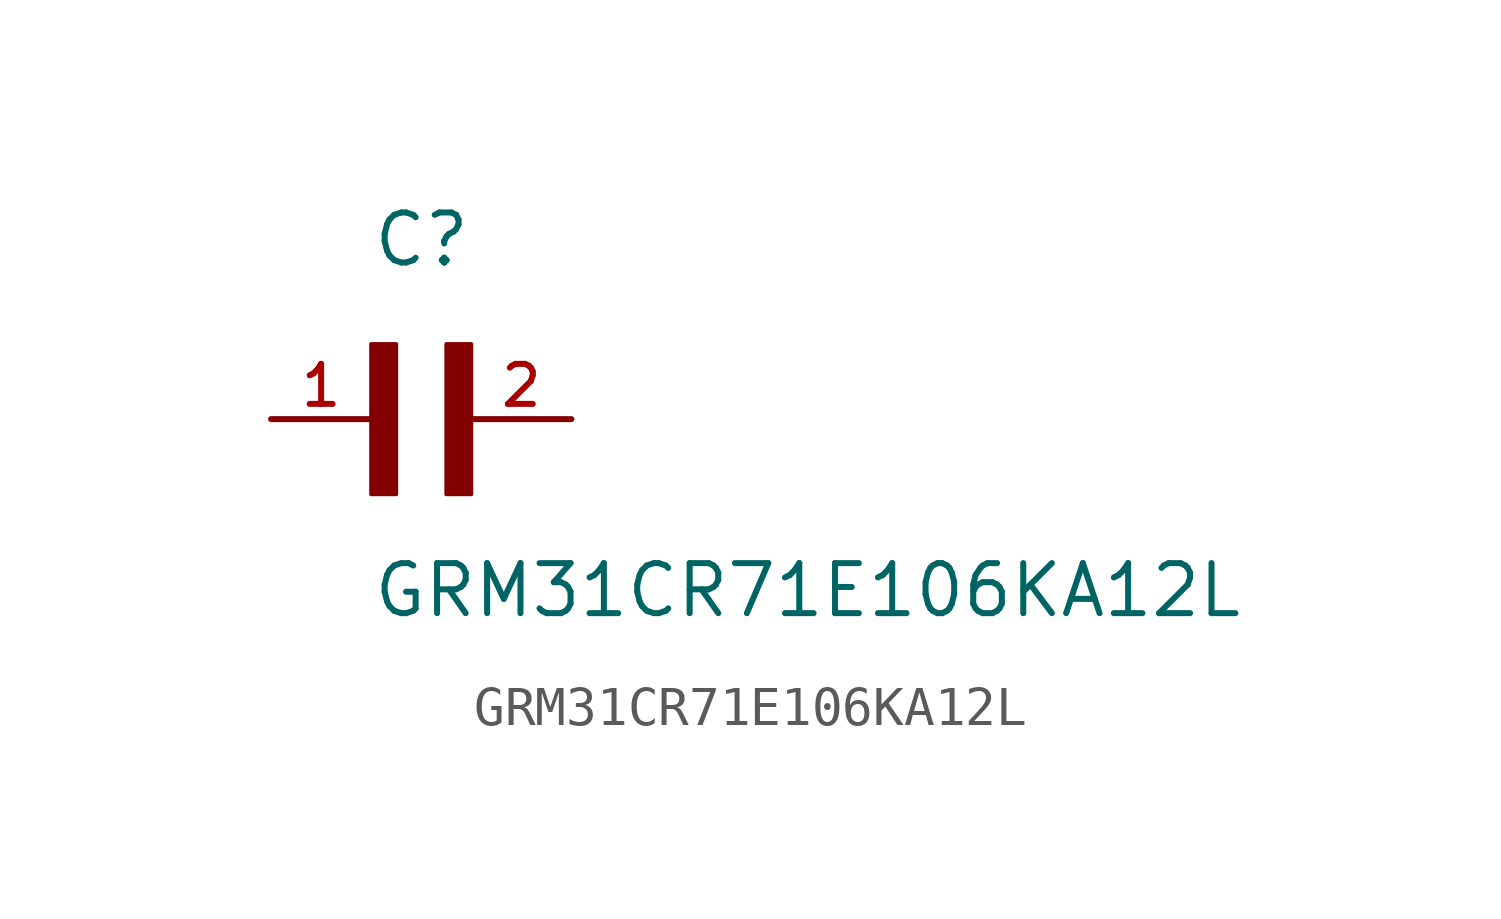
<source format=kicad_sym>
(kicad_symbol_lib
  (version 20211014)
  (generator kicad_symbol_editor)
  (symbol "GRM31CR71E106KA12L"
    (pin_names
      (offset 1.016))
    (property "Reference" "C"
      (at 0.0 3.811 0)
      (effects (font (size 1.27 1.27)) (justify bottom left)))
    (property "Value" "GRM31CR71E106KA12L"
      (at 0.0 -5.088 0)
      (effects (font (size 1.27 1.27)) (justify bottom left)))
    (symbol "GRM31CR71E106KA12L_0_0"
      (rectangle (start 0.0 -1.907) (end 0.635 1.905) (stroke (width 0.1)) (fill (type outline)))
      (rectangle (start 1.907 -1.907) (end 2.54 1.905) (stroke (width 0.1)) (fill (type outline)))
      (pin passive line (at 5.08 0.0 180.0) (length 2.54) (name "~" (effects (font (size 1.016 1.016)))) (number "2" (effects (font (size 1.016 1.016)))))
      (pin passive line (at -2.54 0.0 0) (length 2.54) (name "~" (effects (font (size 1.016 1.016)))) (number "1" (effects (font (size 1.016 1.016))))))))
</source>
